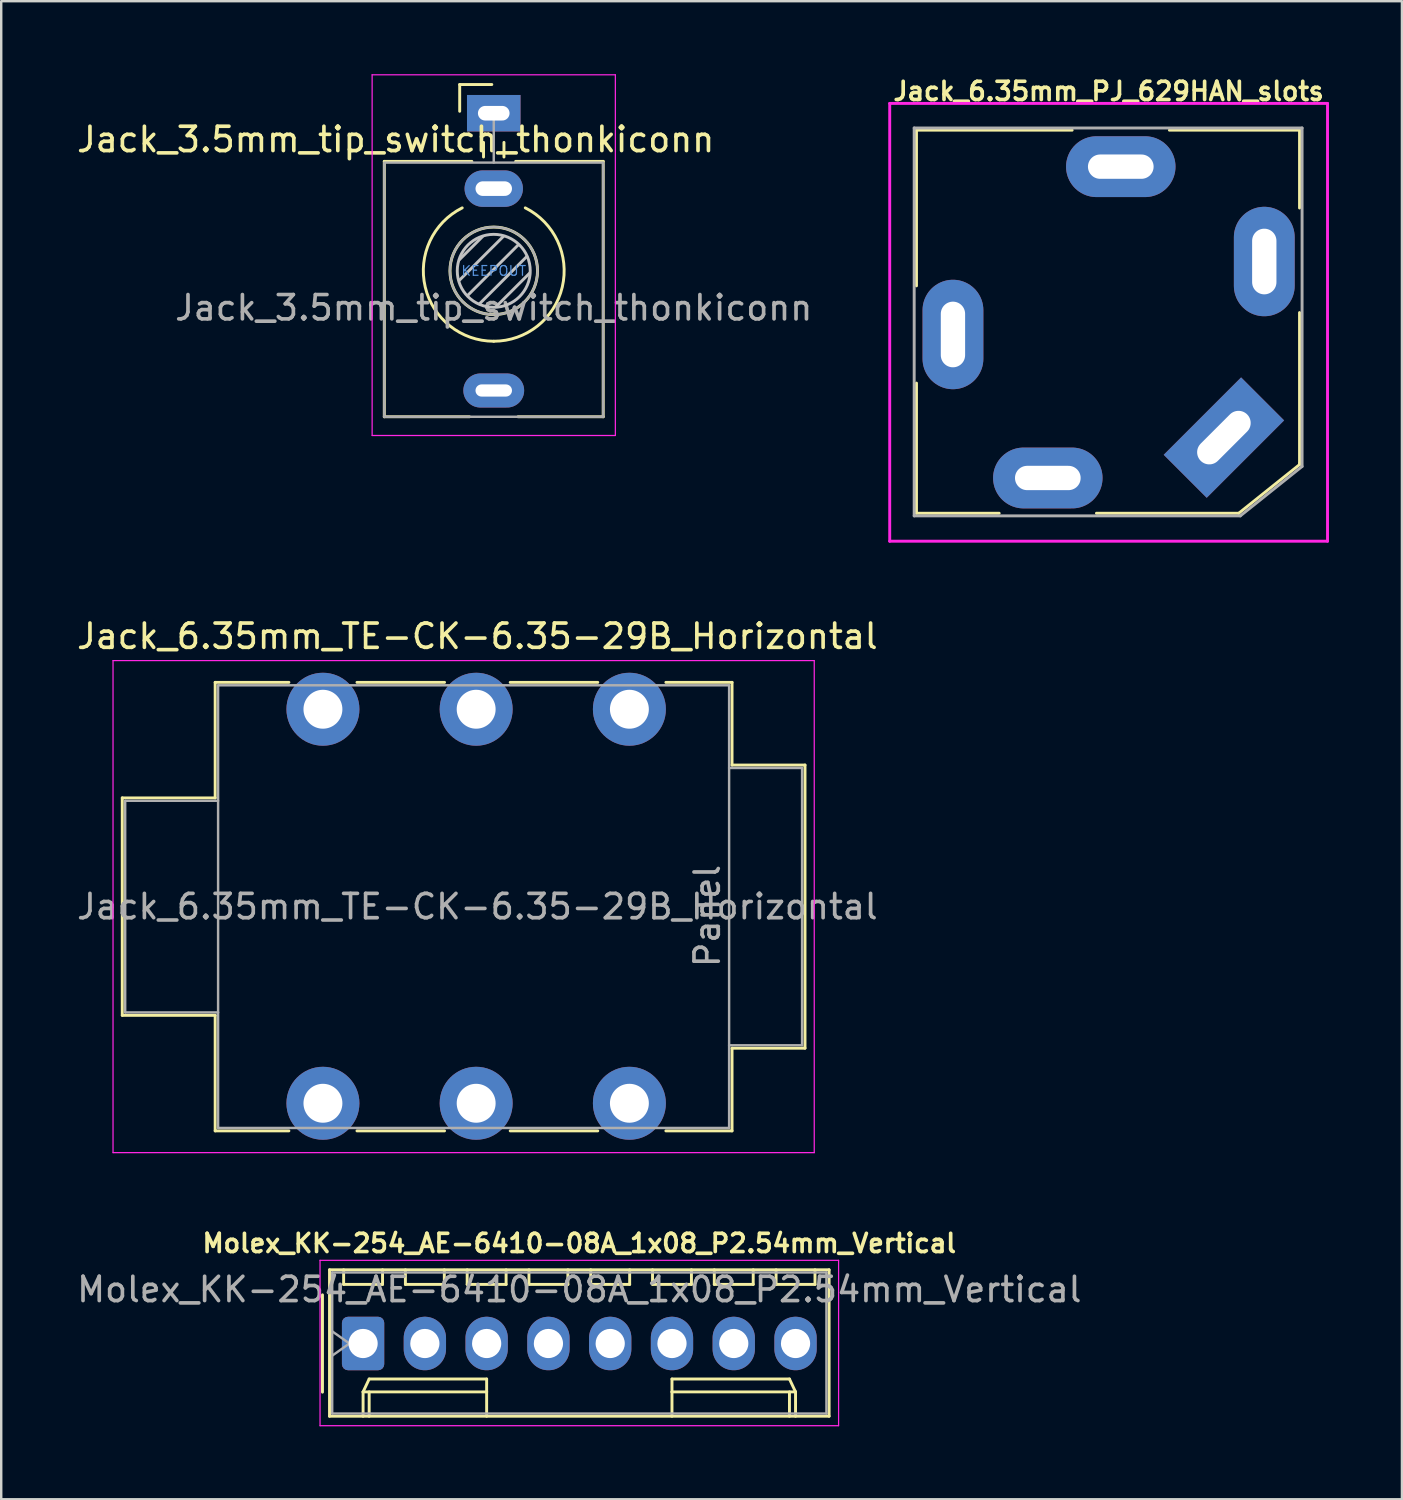
<source format=kicad_pcb>
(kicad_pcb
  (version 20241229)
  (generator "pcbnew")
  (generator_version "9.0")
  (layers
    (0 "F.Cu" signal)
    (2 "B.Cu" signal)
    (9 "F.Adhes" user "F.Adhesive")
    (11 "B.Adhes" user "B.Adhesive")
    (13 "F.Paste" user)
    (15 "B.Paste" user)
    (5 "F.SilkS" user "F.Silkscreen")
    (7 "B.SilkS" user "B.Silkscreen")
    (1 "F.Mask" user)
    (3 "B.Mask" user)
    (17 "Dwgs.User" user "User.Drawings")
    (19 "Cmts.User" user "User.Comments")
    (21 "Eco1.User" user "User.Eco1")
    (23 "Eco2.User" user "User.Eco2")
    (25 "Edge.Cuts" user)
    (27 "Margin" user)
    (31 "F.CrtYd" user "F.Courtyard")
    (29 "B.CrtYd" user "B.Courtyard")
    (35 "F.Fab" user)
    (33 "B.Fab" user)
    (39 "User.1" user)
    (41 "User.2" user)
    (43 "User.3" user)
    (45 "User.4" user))
  (footprint "Jack_6.35mm_TE-CK-6.35-29B_Horizontal"
    (layer "F.Cu")
    (at 10.227 26.11)
    (property "Reference" "Jack_6.35mm_TE-CK-6.35-29B_Horizontal" (at 6.35 -3 0) (layer "F.SilkS") (effects (font (size 1 1) (thickness 0.15))))
    (attr through_hole)
    (fp_line (start -8.25 3.645) (end -4.43 3.645) (stroke (width 0.12) (type solid)) (layer "F.SilkS"))
    (fp_line (start -8.25 12.585) (end -8.25 3.645) (stroke (width 0.12) (type solid)) (layer "F.SilkS"))
    (fp_line (start -8.25 12.585) (end -4.43 12.585) (stroke (width 0.12) (type solid)) (layer "F.SilkS"))
    (fp_line (start -4.43 -1.105) (end -1.4 -1.105) (stroke (width 0.12) (type solid)) (layer "F.SilkS"))
    (fp_line (start -4.43 3.645) (end -4.43 -1.105) (stroke (width 0.12) (type solid)) (layer "F.SilkS"))
    (fp_line (start -4.43 17.335) (end -4.43 12.585) (stroke (width 0.12) (type solid)) (layer "F.SilkS"))
    (fp_line (start -1.4 17.335) (end -4.43 17.335) (stroke (width 0.12) (type solid)) (layer "F.SilkS"))
    (fp_line (start 1.4 -1.105) (end 5 -1.105) (stroke (width 0.12) (type solid)) (layer "F.SilkS"))
    (fp_line (start 5 17.335) (end 1.4 17.335) (stroke (width 0.12) (type solid)) (layer "F.SilkS"))
    (fp_line (start 7.7 -1.105) (end 11.3 -1.105) (stroke (width 0.12) (type solid)) (layer "F.SilkS"))
    (fp_line (start 11.3 17.335) (end 7.7 17.335) (stroke (width 0.12) (type solid)) (layer "F.SilkS"))
    (fp_line (start 16.82 -1.105) (end 14.1 -1.105) (stroke (width 0.12) (type solid)) (layer "F.SilkS"))
    (fp_line (start 16.82 2.295) (end 16.82 -1.105) (stroke (width 0.12) (type solid)) (layer "F.SilkS"))
    (fp_line (start 16.82 2.295) (end 19.82 2.295) (stroke (width 0.12) (type solid)) (layer "F.SilkS"))
    (fp_line (start 16.82 13.935) (end 19.82 13.935) (stroke (width 0.12) (type solid)) (layer "F.SilkS"))
    (fp_line (start 16.82 17.335) (end 14.1 17.335) (stroke (width 0.12) (type solid)) (layer "F.SilkS"))
    (fp_line (start 16.82 17.335) (end 16.82 13.935) (stroke (width 0.12) (type solid)) (layer "F.SilkS"))
    (fp_line (start 19.82 13.935) (end 19.82 2.295) (stroke (width 0.12) (type solid)) (layer "F.SilkS"))
    (fp_line (start -8.63 18.23) (end -8.63 -2) (stroke (width 0.05) (type solid)) (layer "F.CrtYd"))
    (fp_line (start -8.63 18.23) (end 20.2 18.23) (stroke (width 0.05) (type solid)) (layer "F.CrtYd"))
    (fp_line (start 20.2 -2) (end -8.63 -2) (stroke (width 0.05) (type solid)) (layer "F.CrtYd"))
    (fp_line (start 20.2 18.23) (end 20.2 -2) (stroke (width 0.05) (type solid)) (layer "F.CrtYd"))
    (fp_line (start -8.13 3.765) (end -4.31 3.765) (stroke (width 0.1) (type solid)) (layer "F.Fab"))
    (fp_line (start -8.13 12.465) (end -8.13 3.765) (stroke (width 0.1) (type solid)) (layer "F.Fab"))
    (fp_line (start -8.13 12.465) (end -4.31 12.465) (stroke (width 0.1) (type solid)) (layer "F.Fab"))
    (fp_line (start -4.31 17.215) (end -4.31 -0.985) (stroke (width 0.1) (type solid)) (layer "F.Fab"))
    (fp_line (start 16.7 -0.985) (end -4.3 -0.985) (stroke (width 0.1) (type solid)) (layer "F.Fab"))
    (fp_line (start 16.7 17.215) (end -4.3 17.215) (stroke (width 0.1) (type solid)) (layer "F.Fab"))
    (fp_line (start 16.7 17.215) (end 16.7 -0.985) (stroke (width 0.1) (type solid)) (layer "F.Fab"))
    (fp_line (start 19.7 2.415) (end 16.7 2.415) (stroke (width 0.1) (type solid)) (layer "F.Fab"))
    (fp_line (start 19.7 13.815) (end 16.7 13.815) (stroke (width 0.1) (type solid)) (layer "F.Fab"))
    (fp_line (start 19.7 13.815) (end 19.7 2.415) (stroke (width 0.1) (type solid)) (layer "F.Fab"))
    (fp_text user "${REFERENCE}" (at 6.35 8.115 0) (layer "F.Fab") (effects (font (size 1 1) (thickness 0.15))))
    (fp_text user "Panel" (at 15.8 8.5 270) (layer "F.Fab") (effects (font (size 1 1) (thickness 0.15))))
    (pad "R" thru_hole circle (at 6.3 0) (size 3 3) (drill 1.6) (layers "*.Cu" "*.Mask"))
    (pad "RN" thru_hole circle (at 6.3 16.2) (size 3 3) (drill 1.6) (layers "*.Cu" "*.Mask"))
    (pad "S" thru_hole circle (at 12.6 0) (size 3 3) (drill 1.6) (layers "*.Cu" "*.Mask"))
    (pad "SN" thru_hole circle (at 12.6 16.2) (size 3 3) (drill 1.6) (layers "*.Cu" "*.Mask"))
    (pad "T" thru_hole circle (at 0 0) (size 3 3) (drill 1.6) (layers "*.Cu" "*.Mask"))
    (pad "TN" thru_hole circle (at 0 16.2) (size 3 3) (drill 1.6) (layers "*.Cu" "*.Mask")))
  (footprint "Jack_6.35mm_PJ_629HAN_slots"
    (layer "F.Cu")
    (at 42.53 10.202)
    (property "Reference" "Jack_6.35mm_PJ_629HAN_slots" (at 0 -9.5 0) (layer "F.SilkS") (effects (font (size 0.75 0.75) (thickness 0.15))))
    (attr through_hole)
    (fp_line (start -7.9 -7.9) (end -1.5 -7.9) (stroke (width 0.12) (type solid)) (layer "F.SilkS"))
    (fp_line (start -7.9 -1.5) (end -7.9 -7.9) (stroke (width 0.12) (type solid)) (layer "F.SilkS"))
    (fp_line (start -7.9 7.85) (end -7.9 2.5) (stroke (width 0.12) (type solid)) (layer "F.SilkS"))
    (fp_line (start -4.5 7.85) (end -7.9 7.85) (stroke (width 0.12) (type solid)) (layer "F.SilkS"))
    (fp_line (start 2.5 -7.9) (end 7.85 -7.9) (stroke (width 0.12) (type solid)) (layer "F.SilkS"))
    (fp_line (start 5.35 7.85) (end -0.5 7.85) (stroke (width 0.12) (type solid)) (layer "F.SilkS"))
    (fp_line (start 7.85 -7.9) (end 7.85 -4.7) (stroke (width 0.12) (type solid)) (layer "F.SilkS"))
    (fp_line (start 7.85 -0.4) (end 7.85 5.8) (stroke (width 0.12) (type solid)) (layer "F.SilkS"))
    (fp_line (start 7.85 5.8) (end 7.85 5.85) (stroke (width 0.12) (type solid)) (layer "F.SilkS"))
    (fp_line (start 7.85 5.85) (end 5.35 7.85) (stroke (width 0.12) (type solid)) (layer "F.SilkS"))
    (fp_line (start -9 -9) (end 9 -9) (stroke (width 0.12) (type solid)) (layer "F.CrtYd"))
    (fp_line (start -9 9) (end -9 -9) (stroke (width 0.12) (type solid)) (layer "F.CrtYd"))
    (fp_line (start 9 -9) (end 9 9) (stroke (width 0.12) (type solid)) (layer "F.CrtYd"))
    (fp_line (start 9 9) (end -9 9) (stroke (width 0.12) (type solid)) (layer "F.CrtYd"))
    (fp_line (start -7.994 -7.99) (end 7.954 -7.99) (stroke (width 0.12) (type solid)) (layer "F.Fab"))
    (fp_line (start -7.994 7.958) (end -7.994 -7.99) (stroke (width 0.12) (type solid)) (layer "F.Fab"))
    (fp_line (start 5.414 7.958) (end -7.994 7.958) (stroke (width 0.12) (type solid)) (layer "F.Fab"))
    (fp_line (start 7.954 -7.99) (end 7.954 5.926) (stroke (width 0.12) (type solid)) (layer "F.Fab"))
    (fp_line (start 7.954 5.926) (end 5.414 7.958) (stroke (width 0.12) (type solid)) (layer "F.Fab"))
    (pad "R" thru_hole oval (at 0.5 -6.4) (size 4.5 2.5) (drill oval 2.7 1) (layers "*.Cu" "*.Mask"))
    (pad "RN" thru_hole oval (at 6.4 -2.5) (size 2.5 4.5) (drill oval 1 2.7) (layers "*.Cu" "*.Mask"))
    (pad "S" thru_hole rect (at 4.74 4.74 45) (size 4.5 2.5) (drill oval 2.7 1) (layers "*.Cu" "*.Mask"))
    (pad "T" thru_hole oval (at -6.4 0.5) (size 2.5 4.5) (drill oval 1 2.7) (layers "*.Cu" "*.Mask"))
    (pad "TN" thru_hole oval (at -2.5 6.4) (size 4.5 2.5) (drill oval 2.7 1) (layers "*.Cu" "*.Mask")))
  (footprint "Molex_KK-254_AE-6410-08A_1x08_P2.54mm_Vertical"
    (layer "F.Cu")
    (at 11.878 52.187)
    (property "Reference" "Molex_KK-254_AE-6410-08A_1x08_P2.54mm_Vertical" (at 8.89 -4.12 0) (layer "F.SilkS") (effects (font (size 0.75 0.75) (thickness 0.15))))
    (attr through_hole)
    (fp_line (start -1.67 -2) (end -1.67 2) (stroke (width 0.12) (type solid)) (layer "F.SilkS"))
    (fp_line (start -1.38 -3.03) (end -1.38 2.99) (stroke (width 0.12) (type solid)) (layer "F.SilkS"))
    (fp_line (start -1.38 2.99) (end 19.16 2.99) (stroke (width 0.12) (type solid)) (layer "F.SilkS"))
    (fp_line (start -0.8 -3.03) (end -0.8 -2.43) (stroke (width 0.12) (type solid)) (layer "F.SilkS"))
    (fp_line (start -0.8 -2.43) (end 0.8 -2.43) (stroke (width 0.12) (type solid)) (layer "F.SilkS"))
    (fp_line (start 0 1.99) (end 0.25 1.46) (stroke (width 0.12) (type solid)) (layer "F.SilkS"))
    (fp_line (start 0 1.99) (end 5.08 1.99) (stroke (width 0.12) (type solid)) (layer "F.SilkS"))
    (fp_line (start 0 2.99) (end 0 1.99) (stroke (width 0.12) (type solid)) (layer "F.SilkS"))
    (fp_line (start 0.25 1.46) (end 5.08 1.46) (stroke (width 0.12) (type solid)) (layer "F.SilkS"))
    (fp_line (start 0.25 2.99) (end 0.25 1.99) (stroke (width 0.12) (type solid)) (layer "F.SilkS"))
    (fp_line (start 0.8 -2.43) (end 0.8 -3.03) (stroke (width 0.12) (type solid)) (layer "F.SilkS"))
    (fp_line (start 1.74 -3.03) (end 1.74 -2.43) (stroke (width 0.12) (type solid)) (layer "F.SilkS"))
    (fp_line (start 1.74 -2.43) (end 3.34 -2.43) (stroke (width 0.12) (type solid)) (layer "F.SilkS"))
    (fp_line (start 3.34 -2.43) (end 3.34 -3.03) (stroke (width 0.12) (type solid)) (layer "F.SilkS"))
    (fp_line (start 4.28 -3.03) (end 4.28 -2.43) (stroke (width 0.12) (type solid)) (layer "F.SilkS"))
    (fp_line (start 4.28 -2.43) (end 5.88 -2.43) (stroke (width 0.12) (type solid)) (layer "F.SilkS"))
    (fp_line (start 5.08 1.46) (end 5.08 1.99) (stroke (width 0.12) (type solid)) (layer "F.SilkS"))
    (fp_line (start 5.08 1.99) (end 5.08 2.99) (stroke (width 0.12) (type solid)) (layer "F.SilkS"))
    (fp_line (start 5.88 -2.43) (end 5.88 -3.03) (stroke (width 0.12) (type solid)) (layer "F.SilkS"))
    (fp_line (start 6.82 -3.03) (end 6.82 -2.43) (stroke (width 0.12) (type solid)) (layer "F.SilkS"))
    (fp_line (start 6.82 -2.43) (end 8.42 -2.43) (stroke (width 0.12) (type solid)) (layer "F.SilkS"))
    (fp_line (start 8.42 -2.43) (end 8.42 -3.03) (stroke (width 0.12) (type solid)) (layer "F.SilkS"))
    (fp_line (start 9.36 -3.03) (end 9.36 -2.43) (stroke (width 0.12) (type solid)) (layer "F.SilkS"))
    (fp_line (start 9.36 -2.43) (end 10.96 -2.43) (stroke (width 0.12) (type solid)) (layer "F.SilkS"))
    (fp_line (start 10.96 -2.43) (end 10.96 -3.03) (stroke (width 0.12) (type solid)) (layer "F.SilkS"))
    (fp_line (start 11.9 -3.03) (end 11.9 -2.43) (stroke (width 0.12) (type solid)) (layer "F.SilkS"))
    (fp_line (start 11.9 -2.43) (end 13.5 -2.43) (stroke (width 0.12) (type solid)) (layer "F.SilkS"))
    (fp_line (start 12.7 1.46) (end 12.7 1.99) (stroke (width 0.12) (type solid)) (layer "F.SilkS"))
    (fp_line (start 12.7 1.99) (end 12.7 2.99) (stroke (width 0.12) (type solid)) (layer "F.SilkS"))
    (fp_line (start 13.5 -2.43) (end 13.5 -3.03) (stroke (width 0.12) (type solid)) (layer "F.SilkS"))
    (fp_line (start 14.44 -3.03) (end 14.44 -2.43) (stroke (width 0.12) (type solid)) (layer "F.SilkS"))
    (fp_line (start 14.44 -2.43) (end 16.04 -2.43) (stroke (width 0.12) (type solid)) (layer "F.SilkS"))
    (fp_line (start 16.04 -2.43) (end 16.04 -3.03) (stroke (width 0.12) (type solid)) (layer "F.SilkS"))
    (fp_line (start 16.98 -3.03) (end 16.98 -2.43) (stroke (width 0.12) (type solid)) (layer "F.SilkS"))
    (fp_line (start 16.98 -2.43) (end 18.58 -2.43) (stroke (width 0.12) (type solid)) (layer "F.SilkS"))
    (fp_line (start 17.53 1.46) (end 12.7 1.46) (stroke (width 0.12) (type solid)) (layer "F.SilkS"))
    (fp_line (start 17.53 2.99) (end 17.53 1.99) (stroke (width 0.12) (type solid)) (layer "F.SilkS"))
    (fp_line (start 17.78 1.99) (end 12.7 1.99) (stroke (width 0.12) (type solid)) (layer "F.SilkS"))
    (fp_line (start 17.78 1.99) (end 17.53 1.46) (stroke (width 0.12) (type solid)) (layer "F.SilkS"))
    (fp_line (start 17.78 2.99) (end 17.78 1.99) (stroke (width 0.12) (type solid)) (layer "F.SilkS"))
    (fp_line (start 18.58 -2.43) (end 18.58 -3.03) (stroke (width 0.12) (type solid)) (layer "F.SilkS"))
    (fp_line (start 19.16 -3.03) (end -1.38 -3.03) (stroke (width 0.12) (type solid)) (layer "F.SilkS"))
    (fp_line (start 19.16 2.99) (end 19.16 -3.03) (stroke (width 0.12) (type solid)) (layer "F.SilkS"))
    (fp_line (start -1.77 -3.42) (end -1.77 3.38) (stroke (width 0.05) (type solid)) (layer "F.CrtYd"))
    (fp_line (start -1.77 3.38) (end 19.55 3.38) (stroke (width 0.05) (type solid)) (layer "F.CrtYd"))
    (fp_line (start 19.55 -3.42) (end -1.77 -3.42) (stroke (width 0.05) (type solid)) (layer "F.CrtYd"))
    (fp_line (start 19.55 3.38) (end 19.55 -3.42) (stroke (width 0.05) (type solid)) (layer "F.CrtYd"))
    (fp_line (start -1.27 -2.92) (end -1.27 2.88) (stroke (width 0.1) (type solid)) (layer "F.Fab"))
    (fp_line (start -1.27 -0.5) (end -0.563 0) (stroke (width 0.1) (type solid)) (layer "F.Fab"))
    (fp_line (start -1.27 2.88) (end 19.05 2.88) (stroke (width 0.1) (type solid)) (layer "F.Fab"))
    (fp_line (start -0.563 0) (end -1.27 0.5) (stroke (width 0.1) (type solid)) (layer "F.Fab"))
    (fp_line (start 19.05 -2.92) (end -1.27 -2.92) (stroke (width 0.1) (type solid)) (layer "F.Fab"))
    (fp_line (start 19.05 2.88) (end 19.05 -2.92) (stroke (width 0.1) (type solid)) (layer "F.Fab"))
    (fp_text user "${REFERENCE}" (at 8.89 -2.22 0) (layer "F.Fab") (effects (font (size 1 1) (thickness 0.15))))
    (pad "1" thru_hole roundrect (at 0 0) (size 1.74 2.2) (drill 1.2) (layers "*.Cu" "*.Mask") (roundrect_rratio 0.144))
    (pad "2" thru_hole oval (at 2.54 0) (size 1.74 2.2) (drill 1.2) (layers "*.Cu" "*.Mask"))
    (pad "3" thru_hole oval (at 5.08 0) (size 1.74 2.2) (drill 1.2) (layers "*.Cu" "*.Mask"))
    (pad "4" thru_hole oval (at 7.62 0) (size 1.74 2.2) (drill 1.2) (layers "*.Cu" "*.Mask"))
    (pad "5" thru_hole oval (at 10.16 0) (size 1.74 2.2) (drill 1.2) (layers "*.Cu" "*.Mask"))
    (pad "6" thru_hole oval (at 12.7 0) (size 1.74 2.2) (drill 1.2) (layers "*.Cu" "*.Mask"))
    (pad "7" thru_hole oval (at 15.24 0) (size 1.74 2.2) (drill 1.2) (layers "*.Cu" "*.Mask"))
    (pad "8" thru_hole oval (at 17.78 0) (size 1.74 2.2) (drill 1.2) (layers "*.Cu" "*.Mask")))
  (footprint "Jack_3.5mm_tip_switch_thonkiconn"
    (layer "F.Cu")
    (at 17.25 1.605)
    (property "Reference" "Jack_3.5mm_tip_switch_thonkiconn" (at -4.03 1.08 180) (layer "F.SilkS") (effects (font (size 1 1) (thickness 0.15))))
    (attr through_hole)
    (fp_line (start -4.5 1.98) (end -4.5 12.48) (stroke (width 0.12) (type solid)) (layer "F.SilkS"))
    (fp_line (start -1.4 -1.18) (end -1.4 -0.08) (stroke (width 0.12) (type solid)) (layer "F.SilkS"))
    (fp_line (start -1.4 -1.18) (end -0.08 -1.18) (stroke (width 0.12) (type solid)) (layer "F.SilkS"))
    (fp_line (start -1 12.48) (end -4.5 12.48) (stroke (width 0.12) (type solid)) (layer "F.SilkS"))
    (fp_line (start -0.9 1.98) (end -4.5 1.98) (stroke (width 0.12) (type solid)) (layer "F.SilkS"))
    (fp_line (start -0.42 1.2) (end -0.42 1.8) (stroke (width 0.12) (type solid)) (layer "F.SilkS"))
    (fp_line (start 0.42 1.2) (end 0.42 1.8) (stroke (width 0.12) (type solid)) (layer "F.SilkS"))
    (fp_line (start 4.5 1.98) (end 0.9 1.98) (stroke (width 0.12) (type solid)) (layer "F.SilkS"))
    (fp_line (start 4.5 1.98) (end 4.5 12.48) (stroke (width 0.12) (type solid)) (layer "F.SilkS"))
    (fp_line (start 4.5 12.48) (end 1 12.48) (stroke (width 0.12) (type solid)) (layer "F.SilkS"))
    (fp_arc (start 0 9.375) (mid -2.817353 7.145994) (end -1.296263 3.891423) (stroke (width 0.12) (type solid)) (layer "F.SilkS"))
    (fp_arc (start 1.296263 3.891423) (mid 2.817353 7.145994) (end 0 9.375) (stroke (width 0.12) (type solid)) (layer "F.SilkS"))
    (fp_circle (center 0 6.48) (end 1.8 6.48) (stroke (width 0.12) (type solid)) (fill no) (layer "F.SilkS"))
    (fp_line (start -1.42 6.875) (end 0.4 5.06) (stroke (width 0.12) (type solid)) (layer "Dwgs.User"))
    (fp_line (start -1.41 6.02) (end -0.46 5.07) (stroke (width 0.12) (type solid)) (layer "Dwgs.User"))
    (fp_line (start -1.07 7.49) (end 1.01 5.41) (stroke (width 0.12) (type solid)) (layer "Dwgs.User"))
    (fp_line (start -0.58 7.83) (end 1.36 5.89) (stroke (width 0.12) (type solid)) (layer "Dwgs.User"))
    (fp_line (start 0.09 7.96) (end 1.48 6.57) (stroke (width 0.12) (type solid)) (layer "Dwgs.User"))
    (fp_circle (center 0 6.48) (end 1.5 6.48) (stroke (width 0.12) (type solid)) (fill no) (layer "Dwgs.User"))
    (fp_line (start -5 13.25) (end -5 -1.58) (stroke (width 0.05) (type solid)) (layer "F.CrtYd"))
    (fp_line (start 5 -1.58) (end -5 -1.58) (stroke (width 0.05) (type solid)) (layer "F.CrtYd"))
    (fp_line (start 5 13.25) (end -5 13.25) (stroke (width 0.05) (type solid)) (layer "F.CrtYd"))
    (fp_line (start 5 13.25) (end 5 -1.58) (stroke (width 0.05) (type solid)) (layer "F.CrtYd"))
    (fp_line (start -4.5 12.48) (end -4.5 2.08) (stroke (width 0.1) (type solid)) (layer "F.Fab"))
    (fp_line (start 0 0) (end 0 2.03) (stroke (width 0.1) (type solid)) (layer "F.Fab"))
    (fp_line (start 4.5 2.03) (end -4.5 2.03) (stroke (width 0.1) (type solid)) (layer "F.Fab"))
    (fp_line (start 4.5 12.48) (end -4.5 12.48) (stroke (width 0.1) (type solid)) (layer "F.Fab"))
    (fp_line (start 4.5 12.48) (end 4.5 2.08) (stroke (width 0.1) (type solid)) (layer "F.Fab"))
    (fp_circle (center 0 6.48) (end 1.8 6.48) (stroke (width 0.1) (type solid)) (fill no) (layer "F.Fab"))
    (fp_text user "KEEPOUT" (at 0 6.48 0) (layer "Cmts.User") (effects (font (size 0.4 0.4) (thickness 0.051))))
    (fp_text user "${REFERENCE}" (at 0 8 180) (layer "F.Fab") (effects (font (size 1 1) (thickness 0.15))))
    (pad "S" thru_hole rect (at 0 0 180) (size 2.2 1.5) (drill oval 1.3 0.6) (layers "*.Cu" "*.Mask"))
    (pad "T" thru_hole oval (at 0 11.4 180) (size 2.5 1.4) (drill oval 1.5 0.5) (layers "*.Cu" "*.Mask"))
    (pad "TN" thru_hole oval (at 0 3.1 180) (size 2.4 1.5) (drill oval 1.5 0.6) (layers "*.Cu" "*.Mask")))
  (gr_rect
    (start -3 -3)
    (end 54.59 58.592)
    (stroke (width 0.1) (type default))
    (fill no)
    (layer "Edge.Cuts")))
</source>
